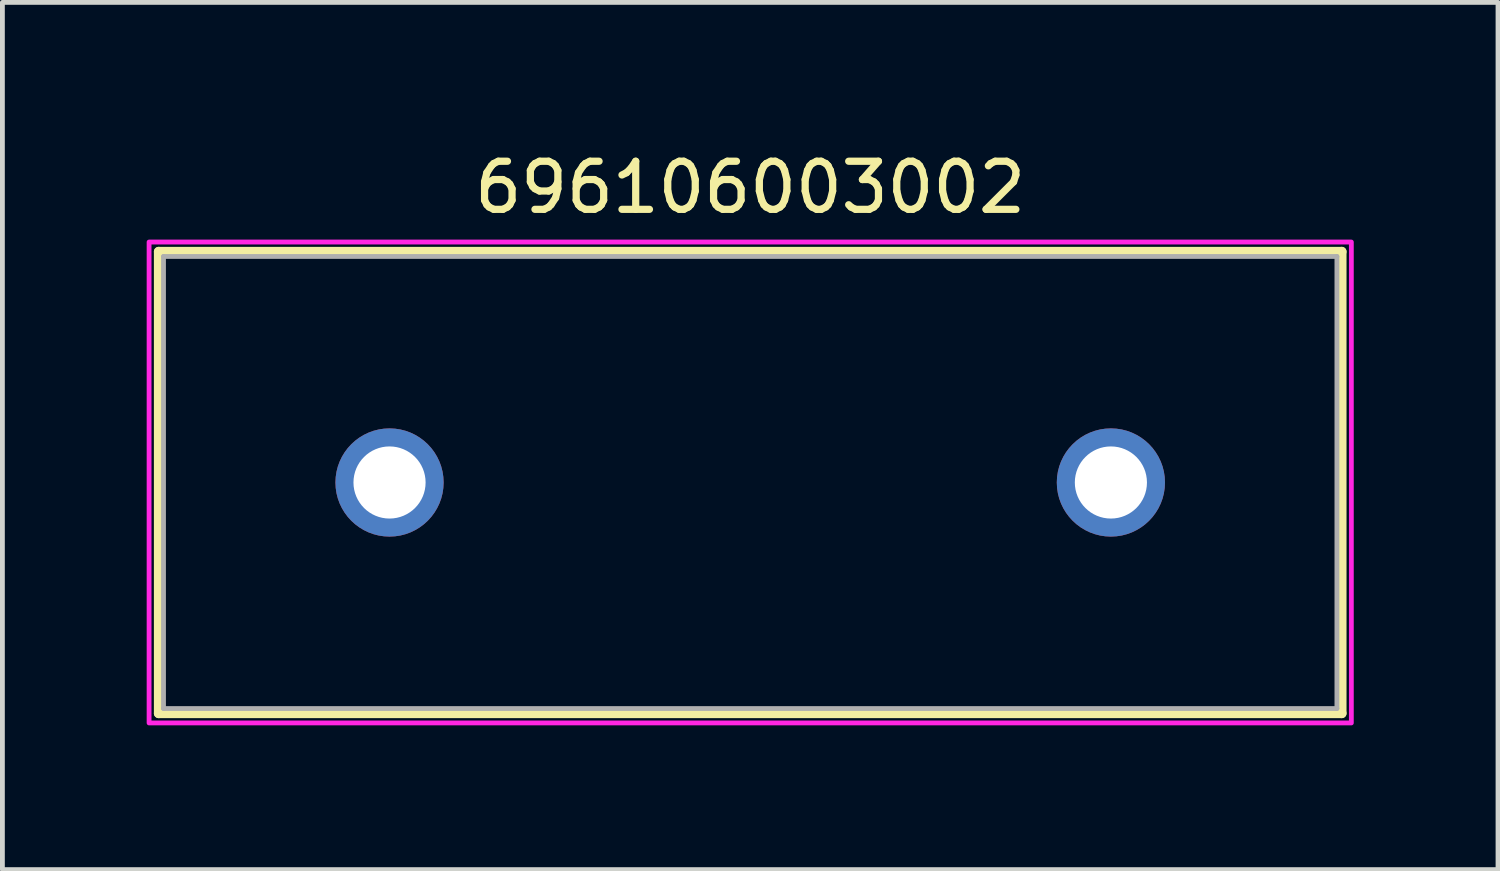
<source format=kicad_pcb>
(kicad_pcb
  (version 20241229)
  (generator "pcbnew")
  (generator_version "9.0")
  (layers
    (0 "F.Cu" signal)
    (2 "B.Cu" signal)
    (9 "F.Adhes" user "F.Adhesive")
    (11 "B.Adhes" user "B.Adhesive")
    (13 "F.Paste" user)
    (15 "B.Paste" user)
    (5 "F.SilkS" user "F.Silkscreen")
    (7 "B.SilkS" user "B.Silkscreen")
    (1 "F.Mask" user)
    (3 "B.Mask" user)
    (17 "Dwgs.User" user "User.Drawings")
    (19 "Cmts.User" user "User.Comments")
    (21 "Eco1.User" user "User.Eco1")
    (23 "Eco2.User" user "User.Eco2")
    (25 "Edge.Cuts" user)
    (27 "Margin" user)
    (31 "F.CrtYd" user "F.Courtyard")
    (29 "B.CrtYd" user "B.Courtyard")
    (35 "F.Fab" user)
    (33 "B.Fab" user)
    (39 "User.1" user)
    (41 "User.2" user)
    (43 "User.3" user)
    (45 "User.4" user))
  (footprint "696106003002"
    (layer "F.Cu")
    (at 12.55 6.983)
    (property "Reference" "696106003002" (at 0 -6.135 0) (layer "F.SilkS") (effects (font (size 1 1) (thickness 0.15))))
    (attr through_hole)
    (fp_line (start -12.3 -4.8) (end 12.3 -4.8) (stroke (width 0.2) (type solid)) (layer "F.SilkS"))
    (fp_line (start -12.3 4.8) (end -12.3 -4.8) (stroke (width 0.2) (type solid)) (layer "F.SilkS"))
    (fp_line (start 12.3 -4.8) (end 12.3 4.8) (stroke (width 0.2) (type solid)) (layer "F.SilkS"))
    (fp_line (start 12.3 4.8) (end -12.3 4.8) (stroke (width 0.2) (type solid)) (layer "F.SilkS"))
    (fp_poly (pts (xy -12.5 -5) (xy 12.5 -5) (xy 12.5 5) (xy -12.5 5)) (stroke (width 0.1) (type solid)) (fill no) (layer "F.CrtYd"))
    (fp_line (start -12.2 -4.7) (end 12.2 -4.7) (stroke (width 0.1) (type solid)) (layer "F.Fab"))
    (fp_line (start -12.2 4.7) (end -12.2 -4.7) (stroke (width 0.1) (type solid)) (layer "F.Fab"))
    (fp_line (start 12.2 -4.7) (end 12.2 4.7) (stroke (width 0.1) (type solid)) (layer "F.Fab"))
    (fp_line (start 12.2 4.7) (end -12.2 4.7) (stroke (width 0.1) (type solid)) (layer "F.Fab"))
    (pad "1" thru_hole circle (at -7.5 0) (size 2.25 2.25) (drill 1.5) (layers "*.Cu" "*.Mask"))
    (pad "2" thru_hole circle (at 7.5 0) (size 2.25 2.25) (drill 1.5) (layers "*.Cu" "*.Mask")))
  (gr_rect
    (start -3 -3)
    (end 28.1 15.033)
    (stroke (width 0.1) (type default))
    (fill no)
    (layer "Edge.Cuts")))
</source>
